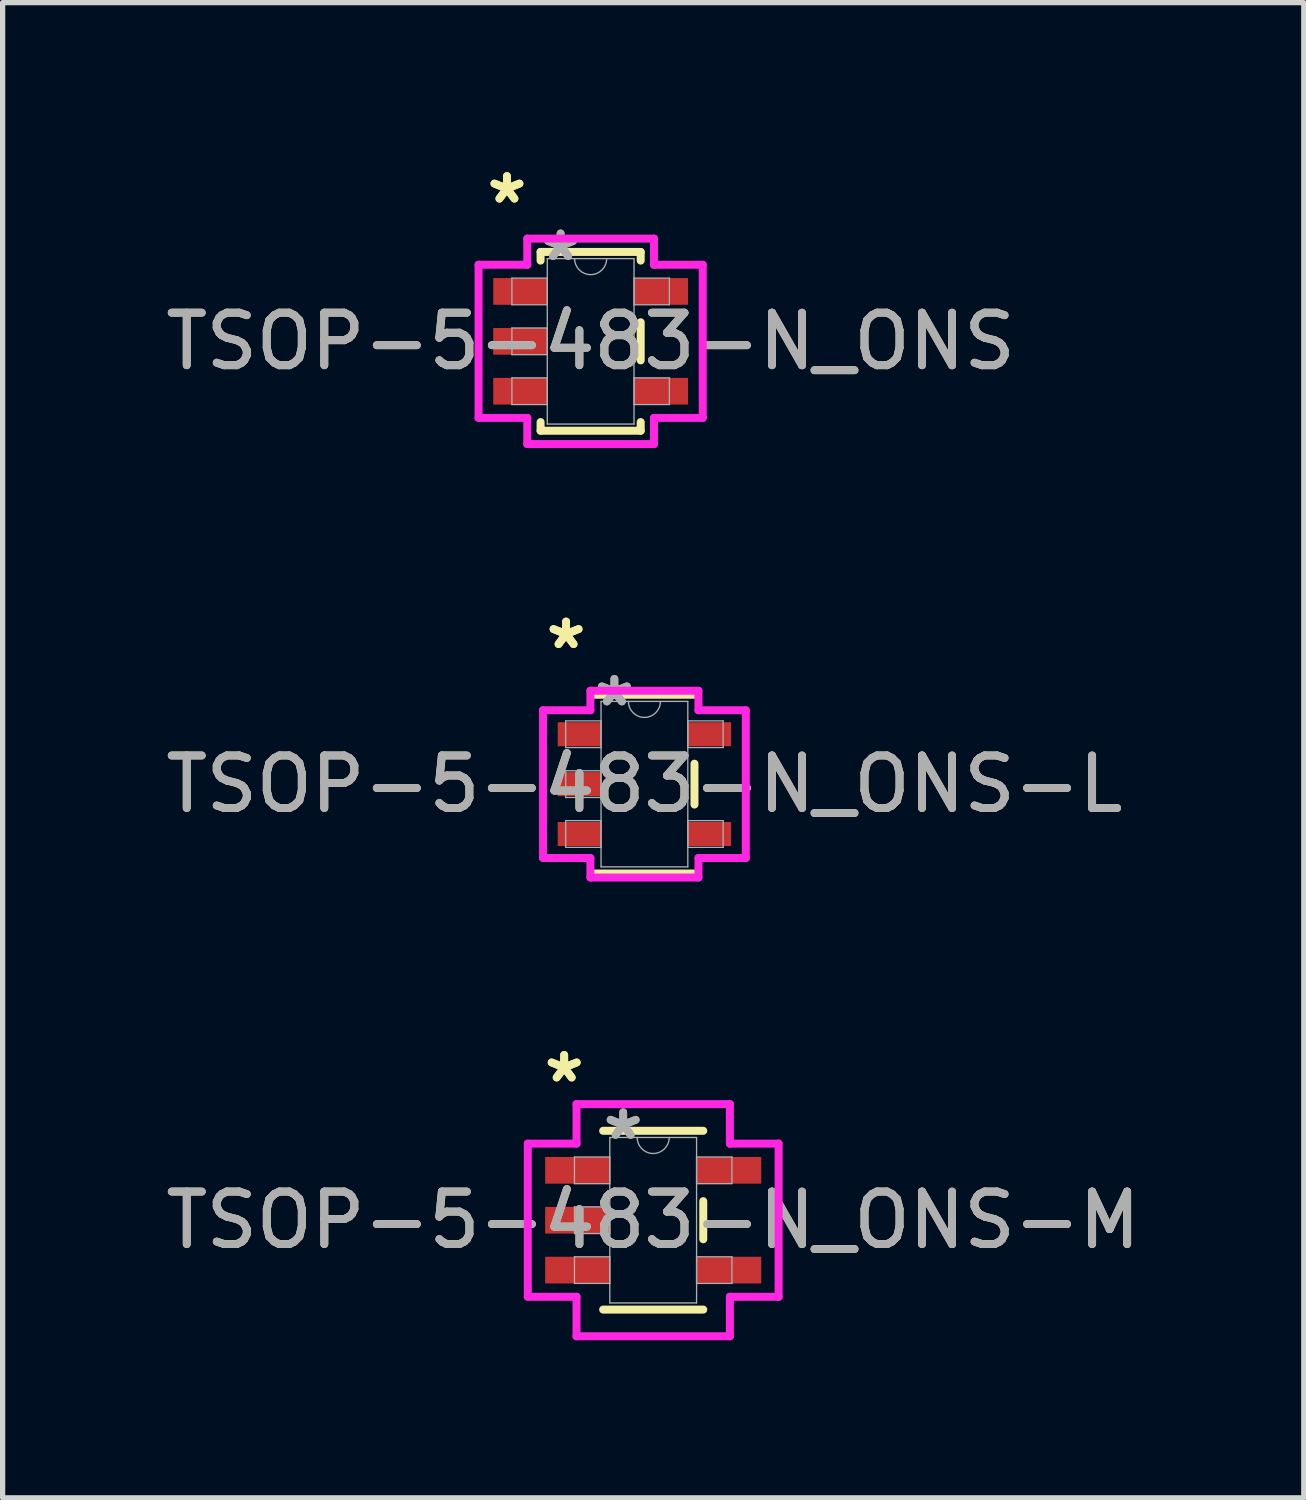
<source format=kicad_pcb>
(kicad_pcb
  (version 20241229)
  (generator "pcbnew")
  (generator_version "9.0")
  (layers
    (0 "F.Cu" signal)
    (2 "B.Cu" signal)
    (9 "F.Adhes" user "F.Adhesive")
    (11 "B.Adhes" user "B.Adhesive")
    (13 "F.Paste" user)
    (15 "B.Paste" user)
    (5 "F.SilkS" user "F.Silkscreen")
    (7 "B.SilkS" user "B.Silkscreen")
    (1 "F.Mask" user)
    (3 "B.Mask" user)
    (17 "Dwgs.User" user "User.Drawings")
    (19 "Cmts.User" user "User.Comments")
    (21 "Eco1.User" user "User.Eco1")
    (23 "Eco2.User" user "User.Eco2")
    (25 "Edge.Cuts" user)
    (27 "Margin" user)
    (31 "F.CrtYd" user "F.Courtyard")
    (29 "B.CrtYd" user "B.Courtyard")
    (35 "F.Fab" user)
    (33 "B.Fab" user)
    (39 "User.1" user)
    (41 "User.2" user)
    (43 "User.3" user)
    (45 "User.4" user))
  (footprint "TSOP-5-483-N_ONS"
    (layer "F.Cu")
    (at 8.196 3.449)
    (property "Reference" "TSOP-5-483-N_ONS" (at 0 0 0) (unlocked yes) (layer "F.SilkS") (effects (font (size 1 1) (thickness 0.15))))
    (attr smd)
    (fp_line (start -0.953 -1.702) (end -0.953 -1.537) (stroke (width 0.152) (type solid)) (layer "F.SilkS"))
    (fp_line (start -0.953 1.537) (end -0.953 1.702) (stroke (width 0.152) (type solid)) (layer "F.SilkS"))
    (fp_line (start -0.953 1.702) (end 0.953 1.702) (stroke (width 0.152) (type solid)) (layer "F.SilkS"))
    (fp_line (start 0.953 -1.702) (end -0.953 -1.702) (stroke (width 0.152) (type solid)) (layer "F.SilkS"))
    (fp_line (start 0.953 -1.537) (end 0.953 -1.702) (stroke (width 0.152) (type solid)) (layer "F.SilkS"))
    (fp_line (start 0.953 0.363) (end 0.953 -0.363) (stroke (width 0.152) (type solid)) (layer "F.SilkS"))
    (fp_line (start 0.953 1.702) (end 0.953 1.537) (stroke (width 0.152) (type solid)) (layer "F.SilkS"))
    (fp_line (start -2.134 -1.458) (end -1.206 -1.458) (stroke (width 0.152) (type solid)) (layer "F.CrtYd"))
    (fp_line (start -2.134 1.458) (end -2.134 -1.458) (stroke (width 0.152) (type solid)) (layer "F.CrtYd"))
    (fp_line (start -1.206 -1.956) (end 1.206 -1.956) (stroke (width 0.152) (type solid)) (layer "F.CrtYd"))
    (fp_line (start -1.206 -1.458) (end -1.206 -1.956) (stroke (width 0.152) (type solid)) (layer "F.CrtYd"))
    (fp_line (start -1.206 1.458) (end -2.134 1.458) (stroke (width 0.152) (type solid)) (layer "F.CrtYd"))
    (fp_line (start -1.206 1.956) (end -1.206 1.458) (stroke (width 0.152) (type solid)) (layer "F.CrtYd"))
    (fp_line (start 1.206 -1.956) (end 1.206 -1.458) (stroke (width 0.152) (type solid)) (layer "F.CrtYd"))
    (fp_line (start 1.206 -1.458) (end 2.134 -1.458) (stroke (width 0.152) (type solid)) (layer "F.CrtYd"))
    (fp_line (start 1.206 1.458) (end 1.206 1.956) (stroke (width 0.152) (type solid)) (layer "F.CrtYd"))
    (fp_line (start 1.206 1.956) (end -1.206 1.956) (stroke (width 0.152) (type solid)) (layer "F.CrtYd"))
    (fp_line (start 2.134 -1.458) (end 2.134 1.458) (stroke (width 0.152) (type solid)) (layer "F.CrtYd"))
    (fp_line (start 2.134 1.458) (end 1.206 1.458) (stroke (width 0.152) (type solid)) (layer "F.CrtYd"))
    (fp_line (start -1.499 -1.204) (end -1.499 -0.696) (stroke (width 0.025) (type solid)) (layer "F.Fab"))
    (fp_line (start -1.499 -0.696) (end -0.826 -0.696) (stroke (width 0.025) (type solid)) (layer "F.Fab"))
    (fp_line (start -1.499 -0.254) (end -1.499 0.254) (stroke (width 0.025) (type solid)) (layer "F.Fab"))
    (fp_line (start -1.499 0.254) (end -0.826 0.254) (stroke (width 0.025) (type solid)) (layer "F.Fab"))
    (fp_line (start -1.499 0.696) (end -1.499 1.204) (stroke (width 0.025) (type solid)) (layer "F.Fab"))
    (fp_line (start -1.499 1.204) (end -0.826 1.204) (stroke (width 0.025) (type solid)) (layer "F.Fab"))
    (fp_line (start -0.826 -1.575) (end -0.826 1.575) (stroke (width 0.025) (type solid)) (layer "F.Fab"))
    (fp_line (start -0.826 -1.204) (end -1.499 -1.204) (stroke (width 0.025) (type solid)) (layer "F.Fab"))
    (fp_line (start -0.826 -0.696) (end -0.826 -1.204) (stroke (width 0.025) (type solid)) (layer "F.Fab"))
    (fp_line (start -0.826 -0.254) (end -1.499 -0.254) (stroke (width 0.025) (type solid)) (layer "F.Fab"))
    (fp_line (start -0.826 0.254) (end -0.826 -0.254) (stroke (width 0.025) (type solid)) (layer "F.Fab"))
    (fp_line (start -0.826 0.696) (end -1.499 0.696) (stroke (width 0.025) (type solid)) (layer "F.Fab"))
    (fp_line (start -0.826 1.204) (end -0.826 0.696) (stroke (width 0.025) (type solid)) (layer "F.Fab"))
    (fp_line (start -0.826 1.575) (end 0.826 1.575) (stroke (width 0.025) (type solid)) (layer "F.Fab"))
    (fp_line (start 0.826 -1.575) (end -0.826 -1.575) (stroke (width 0.025) (type solid)) (layer "F.Fab"))
    (fp_line (start 0.826 -1.204) (end 0.826 -0.696) (stroke (width 0.025) (type solid)) (layer "F.Fab"))
    (fp_line (start 0.826 -0.696) (end 1.499 -0.696) (stroke (width 0.025) (type solid)) (layer "F.Fab"))
    (fp_line (start 0.826 0.696) (end 0.826 1.204) (stroke (width 0.025) (type solid)) (layer "F.Fab"))
    (fp_line (start 0.826 1.204) (end 1.499 1.204) (stroke (width 0.025) (type solid)) (layer "F.Fab"))
    (fp_line (start 0.826 1.575) (end 0.826 -1.575) (stroke (width 0.025) (type solid)) (layer "F.Fab"))
    (fp_line (start 1.499 -1.204) (end 0.826 -1.204) (stroke (width 0.025) (type solid)) (layer "F.Fab"))
    (fp_line (start 1.499 -0.696) (end 1.499 -1.204) (stroke (width 0.025) (type solid)) (layer "F.Fab"))
    (fp_line (start 1.499 0.696) (end 0.826 0.696) (stroke (width 0.025) (type solid)) (layer "F.Fab"))
    (fp_line (start 1.499 1.204) (end 1.499 0.696) (stroke (width 0.025) (type solid)) (layer "F.Fab"))
    (fp_arc (start 0.3048 -1.5748) (mid 0 -1.27) (end -0.3048 -1.5748) (stroke (width 0.0254) (type solid)) (layer "F.Fab"))
    (fp_text user "*" (at -1.594 -2.601 0) (layer "F.SilkS") (effects (font (size 1 1) (thickness 0.15))))
    (fp_text user "*" (at -1.594 -2.601 0) (unlocked yes) (layer "F.SilkS") (effects (font (size 1 1) (thickness 0.15))))
    (fp_text user "*" (at -0.572 -1.509 0) (unlocked yes) (layer "F.Fab") (effects (font (size 1 1) (thickness 0.15))))
    (fp_text user "*" (at -0.572 -1.509 0) (layer "F.Fab") (effects (font (size 1 1) (thickness 0.15))))
    (fp_text user "${REFERENCE}" (at 0 0 0) (unlocked yes) (layer "F.Fab") (effects (font (size 1 1) (thickness 0.15))))
    (pad "1" smd rect (at -1.34 -0.95) (size 1.029 0.508) (layers "F.Cu" "F.Mask" "F.Paste"))
    (pad "2" smd rect (at -1.34 0) (size 1.029 0.508) (layers "F.Cu" "F.Mask" "F.Paste"))
    (pad "3" smd rect (at -1.34 0.95) (size 1.029 0.508) (layers "F.Cu" "F.Mask" "F.Paste"))
    (pad "4" smd rect (at 1.34 0.95) (size 1.029 0.508) (layers "F.Cu" "F.Mask" "F.Paste"))
    (pad "5" smd rect (at 1.34 -0.95) (size 1.029 0.508) (layers "F.Cu" "F.Mask" "F.Paste")))
  (footprint "TSOP-5-483-N_ONS-M"
    (layer "F.Cu")
    (at 9.387 20.183)
    (property "Reference" "TSOP-5-483-N_ONS-M" (at 0 0 0) (unlocked yes) (layer "F.SilkS") (effects (font (size 1 1) (thickness 0.15))))
    (attr smd)
    (fp_line (start -0.953 1.702) (end 0.953 1.702) (stroke (width 0.152) (type solid)) (layer "F.SilkS"))
    (fp_line (start 0.953 -1.702) (end -0.953 -1.702) (stroke (width 0.152) (type solid)) (layer "F.SilkS"))
    (fp_line (start 0.953 0.363) (end 0.953 -0.363) (stroke (width 0.152) (type solid)) (layer "F.SilkS"))
    (fp_line (start -2.388 -1.458) (end -1.46 -1.458) (stroke (width 0.152) (type solid)) (layer "F.CrtYd"))
    (fp_line (start -2.388 1.458) (end -2.388 -1.458) (stroke (width 0.152) (type solid)) (layer "F.CrtYd"))
    (fp_line (start -1.46 -2.21) (end 1.46 -2.21) (stroke (width 0.152) (type solid)) (layer "F.CrtYd"))
    (fp_line (start -1.46 -1.458) (end -1.46 -2.21) (stroke (width 0.152) (type solid)) (layer "F.CrtYd"))
    (fp_line (start -1.46 1.458) (end -2.388 1.458) (stroke (width 0.152) (type solid)) (layer "F.CrtYd"))
    (fp_line (start -1.46 2.21) (end -1.46 1.458) (stroke (width 0.152) (type solid)) (layer "F.CrtYd"))
    (fp_line (start 1.46 -2.21) (end 1.46 -1.458) (stroke (width 0.152) (type solid)) (layer "F.CrtYd"))
    (fp_line (start 1.46 -1.458) (end 2.388 -1.458) (stroke (width 0.152) (type solid)) (layer "F.CrtYd"))
    (fp_line (start 1.46 1.458) (end 1.46 2.21) (stroke (width 0.152) (type solid)) (layer "F.CrtYd"))
    (fp_line (start 1.46 2.21) (end -1.46 2.21) (stroke (width 0.152) (type solid)) (layer "F.CrtYd"))
    (fp_line (start 2.388 -1.458) (end 2.388 1.458) (stroke (width 0.152) (type solid)) (layer "F.CrtYd"))
    (fp_line (start 2.388 1.458) (end 1.46 1.458) (stroke (width 0.152) (type solid)) (layer "F.CrtYd"))
    (fp_line (start -1.499 -1.204) (end -1.499 -0.696) (stroke (width 0.025) (type solid)) (layer "F.Fab"))
    (fp_line (start -1.499 -0.696) (end -0.826 -0.696) (stroke (width 0.025) (type solid)) (layer "F.Fab"))
    (fp_line (start -1.499 -0.254) (end -1.499 0.254) (stroke (width 0.025) (type solid)) (layer "F.Fab"))
    (fp_line (start -1.499 0.254) (end -0.826 0.254) (stroke (width 0.025) (type solid)) (layer "F.Fab"))
    (fp_line (start -1.499 0.696) (end -1.499 1.204) (stroke (width 0.025) (type solid)) (layer "F.Fab"))
    (fp_line (start -1.499 1.204) (end -0.826 1.204) (stroke (width 0.025) (type solid)) (layer "F.Fab"))
    (fp_line (start -0.826 -1.575) (end -0.826 1.575) (stroke (width 0.025) (type solid)) (layer "F.Fab"))
    (fp_line (start -0.826 -1.204) (end -1.499 -1.204) (stroke (width 0.025) (type solid)) (layer "F.Fab"))
    (fp_line (start -0.826 -0.696) (end -0.826 -1.204) (stroke (width 0.025) (type solid)) (layer "F.Fab"))
    (fp_line (start -0.826 -0.254) (end -1.499 -0.254) (stroke (width 0.025) (type solid)) (layer "F.Fab"))
    (fp_line (start -0.826 0.254) (end -0.826 -0.254) (stroke (width 0.025) (type solid)) (layer "F.Fab"))
    (fp_line (start -0.826 0.696) (end -1.499 0.696) (stroke (width 0.025) (type solid)) (layer "F.Fab"))
    (fp_line (start -0.826 1.204) (end -0.826 0.696) (stroke (width 0.025) (type solid)) (layer "F.Fab"))
    (fp_line (start -0.826 1.575) (end 0.826 1.575) (stroke (width 0.025) (type solid)) (layer "F.Fab"))
    (fp_line (start 0.826 -1.575) (end -0.826 -1.575) (stroke (width 0.025) (type solid)) (layer "F.Fab"))
    (fp_line (start 0.826 -1.204) (end 0.826 -0.696) (stroke (width 0.025) (type solid)) (layer "F.Fab"))
    (fp_line (start 0.826 -0.696) (end 1.499 -0.696) (stroke (width 0.025) (type solid)) (layer "F.Fab"))
    (fp_line (start 0.826 0.696) (end 0.826 1.204) (stroke (width 0.025) (type solid)) (layer "F.Fab"))
    (fp_line (start 0.826 1.204) (end 1.499 1.204) (stroke (width 0.025) (type solid)) (layer "F.Fab"))
    (fp_line (start 0.826 1.575) (end 0.826 -1.575) (stroke (width 0.025) (type solid)) (layer "F.Fab"))
    (fp_line (start 1.499 -1.204) (end 0.826 -1.204) (stroke (width 0.025) (type solid)) (layer "F.Fab"))
    (fp_line (start 1.499 -0.696) (end 1.499 -1.204) (stroke (width 0.025) (type solid)) (layer "F.Fab"))
    (fp_line (start 1.499 0.696) (end 0.826 0.696) (stroke (width 0.025) (type solid)) (layer "F.Fab"))
    (fp_line (start 1.499 1.204) (end 1.499 0.696) (stroke (width 0.025) (type solid)) (layer "F.Fab"))
    (fp_arc (start 0.3048 -1.5748) (mid 0 -1.27) (end -0.3048 -1.5748) (stroke (width 0.0254) (type solid)) (layer "F.Fab"))
    (fp_text user "*" (at -1.695 -2.601 0) (unlocked yes) (layer "F.SilkS") (effects (font (size 1 1) (thickness 0.15))))
    (fp_text user "*" (at -1.695 -2.601 0) (layer "F.SilkS") (effects (font (size 1 1) (thickness 0.15))))
    (fp_text user "${REFERENCE}" (at 0 0 0) (unlocked yes) (layer "F.Fab") (effects (font (size 1 1) (thickness 0.15))))
    (fp_text user "*" (at -0.572 -1.509 0) (unlocked yes) (layer "F.Fab") (effects (font (size 1 1) (thickness 0.15))))
    (fp_text user "*" (at -0.572 -1.509 0) (layer "F.Fab") (effects (font (size 1 1) (thickness 0.15))))
    (pad "1" smd rect (at -1.441 -0.95) (size 1.232 0.508) (layers "F.Cu" "F.Mask" "F.Paste"))
    (pad "2" smd rect (at -1.441 0) (size 1.232 0.508) (layers "F.Cu" "F.Mask" "F.Paste"))
    (pad "3" smd rect (at -1.441 0.95) (size 1.232 0.508) (layers "F.Cu" "F.Mask" "F.Paste"))
    (pad "4" smd rect (at 1.441 0.95) (size 1.232 0.508) (layers "F.Cu" "F.Mask" "F.Paste"))
    (pad "5" smd rect (at 1.441 -0.95) (size 1.232 0.508) (layers "F.Cu" "F.Mask" "F.Paste")))
  (footprint "TSOP-5-483-N_ONS-L"
    (layer "F.Cu")
    (at 9.22 11.88)
    (property "Reference" "TSOP-5-483-N_ONS-L" (at 0 0 0) (unlocked yes) (layer "F.SilkS") (effects (font (size 1 1) (thickness 0.15))))
    (attr smd)
    (fp_line (start -0.953 1.702) (end 0.953 1.702) (stroke (width 0.152) (type solid)) (layer "F.SilkS"))
    (fp_line (start 0.953 -1.702) (end -0.953 -1.702) (stroke (width 0.152) (type solid)) (layer "F.SilkS"))
    (fp_line (start 0.953 0.389) (end 0.953 -0.389) (stroke (width 0.152) (type solid)) (layer "F.SilkS"))
    (fp_line (start -1.93 -1.407) (end -1.029 -1.407) (stroke (width 0.152) (type solid)) (layer "F.CrtYd"))
    (fp_line (start -1.93 1.407) (end -1.93 -1.407) (stroke (width 0.152) (type solid)) (layer "F.CrtYd"))
    (fp_line (start -1.029 -1.778) (end 1.029 -1.778) (stroke (width 0.152) (type solid)) (layer "F.CrtYd"))
    (fp_line (start -1.029 -1.407) (end -1.029 -1.778) (stroke (width 0.152) (type solid)) (layer "F.CrtYd"))
    (fp_line (start -1.029 1.407) (end -1.93 1.407) (stroke (width 0.152) (type solid)) (layer "F.CrtYd"))
    (fp_line (start -1.029 1.778) (end -1.029 1.407) (stroke (width 0.152) (type solid)) (layer "F.CrtYd"))
    (fp_line (start 1.029 -1.778) (end 1.029 -1.407) (stroke (width 0.152) (type solid)) (layer "F.CrtYd"))
    (fp_line (start 1.029 -1.407) (end 1.93 -1.407) (stroke (width 0.152) (type solid)) (layer "F.CrtYd"))
    (fp_line (start 1.029 1.407) (end 1.029 1.778) (stroke (width 0.152) (type solid)) (layer "F.CrtYd"))
    (fp_line (start 1.029 1.778) (end -1.029 1.778) (stroke (width 0.152) (type solid)) (layer "F.CrtYd"))
    (fp_line (start 1.93 -1.407) (end 1.93 1.407) (stroke (width 0.152) (type solid)) (layer "F.CrtYd"))
    (fp_line (start 1.93 1.407) (end 1.029 1.407) (stroke (width 0.152) (type solid)) (layer "F.CrtYd"))
    (fp_line (start -1.499 -1.204) (end -1.499 -0.696) (stroke (width 0.025) (type solid)) (layer "F.Fab"))
    (fp_line (start -1.499 -0.696) (end -0.826 -0.696) (stroke (width 0.025) (type solid)) (layer "F.Fab"))
    (fp_line (start -1.499 -0.254) (end -1.499 0.254) (stroke (width 0.025) (type solid)) (layer "F.Fab"))
    (fp_line (start -1.499 0.254) (end -0.826 0.254) (stroke (width 0.025) (type solid)) (layer "F.Fab"))
    (fp_line (start -1.499 0.696) (end -1.499 1.204) (stroke (width 0.025) (type solid)) (layer "F.Fab"))
    (fp_line (start -1.499 1.204) (end -0.826 1.204) (stroke (width 0.025) (type solid)) (layer "F.Fab"))
    (fp_line (start -0.826 -1.575) (end -0.826 1.575) (stroke (width 0.025) (type solid)) (layer "F.Fab"))
    (fp_line (start -0.826 -1.204) (end -1.499 -1.204) (stroke (width 0.025) (type solid)) (layer "F.Fab"))
    (fp_line (start -0.826 -0.696) (end -0.826 -1.204) (stroke (width 0.025) (type solid)) (layer "F.Fab"))
    (fp_line (start -0.826 -0.254) (end -1.499 -0.254) (stroke (width 0.025) (type solid)) (layer "F.Fab"))
    (fp_line (start -0.826 0.254) (end -0.826 -0.254) (stroke (width 0.025) (type solid)) (layer "F.Fab"))
    (fp_line (start -0.826 0.696) (end -1.499 0.696) (stroke (width 0.025) (type solid)) (layer "F.Fab"))
    (fp_line (start -0.826 1.204) (end -0.826 0.696) (stroke (width 0.025) (type solid)) (layer "F.Fab"))
    (fp_line (start -0.826 1.575) (end 0.826 1.575) (stroke (width 0.025) (type solid)) (layer "F.Fab"))
    (fp_line (start 0.826 -1.575) (end -0.826 -1.575) (stroke (width 0.025) (type solid)) (layer "F.Fab"))
    (fp_line (start 0.826 -1.204) (end 0.826 -0.696) (stroke (width 0.025) (type solid)) (layer "F.Fab"))
    (fp_line (start 0.826 -0.696) (end 1.499 -0.696) (stroke (width 0.025) (type solid)) (layer "F.Fab"))
    (fp_line (start 0.826 0.696) (end 0.826 1.204) (stroke (width 0.025) (type solid)) (layer "F.Fab"))
    (fp_line (start 0.826 1.204) (end 1.499 1.204) (stroke (width 0.025) (type solid)) (layer "F.Fab"))
    (fp_line (start 0.826 1.575) (end 0.826 -1.575) (stroke (width 0.025) (type solid)) (layer "F.Fab"))
    (fp_line (start 1.499 -1.204) (end 0.826 -1.204) (stroke (width 0.025) (type solid)) (layer "F.Fab"))
    (fp_line (start 1.499 -0.696) (end 1.499 -1.204) (stroke (width 0.025) (type solid)) (layer "F.Fab"))
    (fp_line (start 1.499 0.696) (end 0.826 0.696) (stroke (width 0.025) (type solid)) (layer "F.Fab"))
    (fp_line (start 1.499 1.204) (end 1.499 0.696) (stroke (width 0.025) (type solid)) (layer "F.Fab"))
    (fp_arc (start 0.3048 -1.5748) (mid 0 -1.27) (end -0.3048 -1.5748) (stroke (width 0.0254) (type solid)) (layer "F.Fab"))
    (fp_text user "*" (at -1.492 -2.55 0) (unlocked yes) (layer "F.SilkS") (effects (font (size 1 1) (thickness 0.15))))
    (fp_text user "*" (at -1.492 -2.55 0) (layer "F.SilkS") (effects (font (size 1 1) (thickness 0.15))))
    (fp_text user "${REFERENCE}" (at 0 0 0) (unlocked yes) (layer "F.Fab") (effects (font (size 1 1) (thickness 0.15))))
    (fp_text user "*" (at -0.572 -1.458 0) (layer "F.Fab") (effects (font (size 1 1) (thickness 0.15))))
    (fp_text user "*" (at -0.572 -1.458 0) (unlocked yes) (layer "F.Fab") (effects (font (size 1 1) (thickness 0.15))))
    (pad "1" smd rect (at -1.238 -0.95) (size 0.826 0.457) (layers "F.Cu" "F.Mask" "F.Paste"))
    (pad "2" smd rect (at -1.238 0) (size 0.826 0.457) (layers "F.Cu" "F.Mask" "F.Paste"))
    (pad "3" smd rect (at -1.238 0.95) (size 0.826 0.457) (layers "F.Cu" "F.Mask" "F.Paste"))
    (pad "4" smd rect (at 1.238 0.95) (size 0.826 0.457) (layers "F.Cu" "F.Mask" "F.Paste"))
    (pad "5" smd rect (at 1.238 -0.95) (size 0.826 0.457) (layers "F.Cu" "F.Mask" "F.Paste")))
  (gr_rect
    (start -3 -3)
    (end 21.774 25.469)
    (stroke (width 0.1) (type default))
    (fill no)
    (layer "Edge.Cuts")))
</source>
